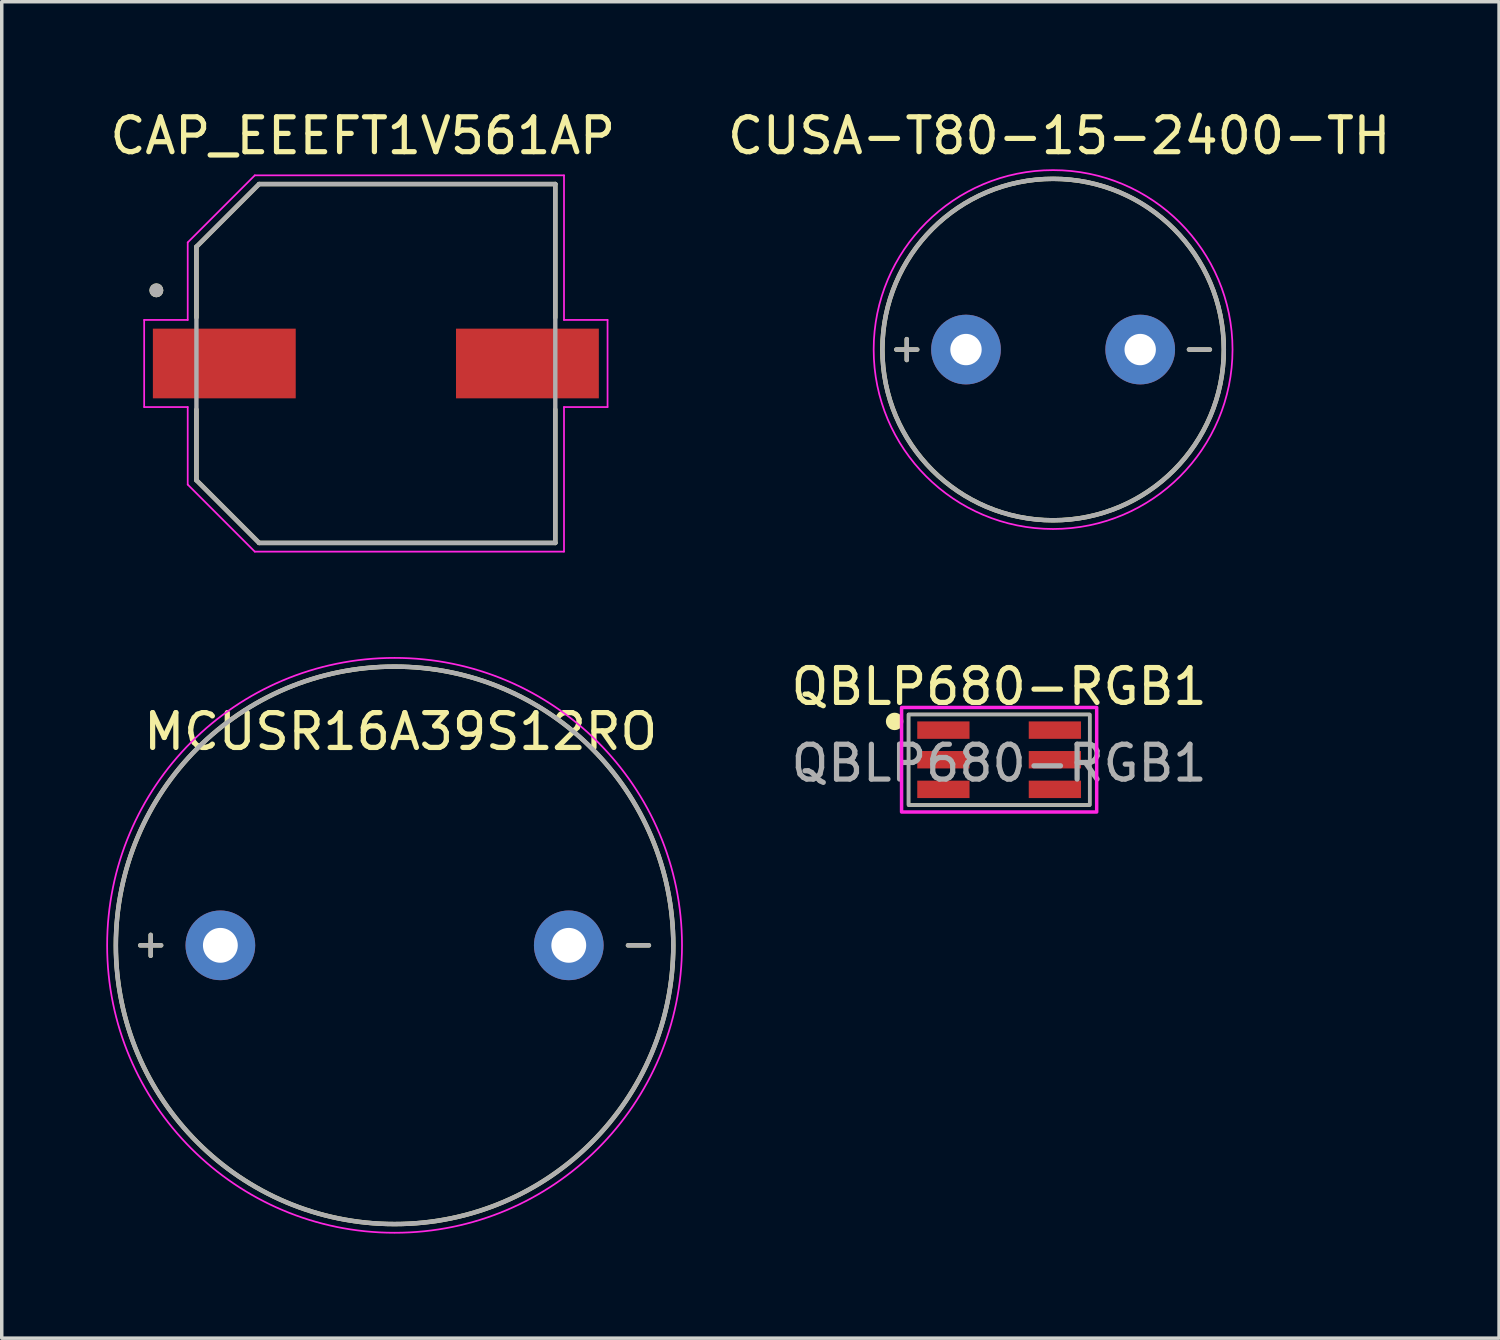
<source format=kicad_pcb>
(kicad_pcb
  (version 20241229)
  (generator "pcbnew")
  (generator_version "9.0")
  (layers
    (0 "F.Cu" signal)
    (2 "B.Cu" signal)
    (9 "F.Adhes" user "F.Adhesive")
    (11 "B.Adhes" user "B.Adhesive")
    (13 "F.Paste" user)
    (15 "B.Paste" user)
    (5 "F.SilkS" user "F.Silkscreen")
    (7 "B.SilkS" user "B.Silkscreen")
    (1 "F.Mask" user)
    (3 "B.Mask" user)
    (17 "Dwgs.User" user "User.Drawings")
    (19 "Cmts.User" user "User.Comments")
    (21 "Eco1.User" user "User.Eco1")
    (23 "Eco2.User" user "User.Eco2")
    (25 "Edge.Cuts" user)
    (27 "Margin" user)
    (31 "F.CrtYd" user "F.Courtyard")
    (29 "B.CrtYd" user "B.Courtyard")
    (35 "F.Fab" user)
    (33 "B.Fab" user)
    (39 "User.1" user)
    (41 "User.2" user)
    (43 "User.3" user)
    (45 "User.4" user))
  (footprint "CUSA-T80-15-2400-TH"
    (layer "F.Cu")
    (at 27.176 6.983)
    (property "Reference" "CUSA-T80-15-2400-TH" (at 0.175 -6.135 0) (layer "F.SilkS") (effects (font (size 1 1) (thickness 0.15))))
    (attr through_hole)
    (fp_line (start -4.5 0) (end -3.9 0) (stroke (width 0.127) (type solid)) (layer "F.SilkS"))
    (fp_line (start -4.2 -0.3) (end -4.2 0.3) (stroke (width 0.127) (type solid)) (layer "F.SilkS"))
    (fp_line (start 3.9 0) (end 4.5 0) (stroke (width 0.127) (type solid)) (layer "F.SilkS"))
    (fp_circle (center 0 0) (end 4.9 0) (stroke (width 0.127) (type solid)) (fill no) (layer "F.SilkS"))
    (fp_circle (center 0 0) (end 5.15 0) (stroke (width 0.05) (type solid)) (fill no) (layer "F.CrtYd"))
    (fp_line (start -4.5 0) (end -3.9 0) (stroke (width 0.127) (type solid)) (layer "F.Fab"))
    (fp_line (start -4.2 -0.3) (end -4.2 0.3) (stroke (width 0.127) (type solid)) (layer "F.Fab"))
    (fp_line (start 3.9 0) (end 4.5 0) (stroke (width 0.127) (type solid)) (layer "F.Fab"))
    (fp_circle (center 0 0) (end 4.9 0) (stroke (width 0.127) (type solid)) (fill no) (layer "F.Fab"))
    (pad "1" thru_hole circle (at -2.5 0) (size 2 2) (drill 0.9) (layers "*.Cu" "*.Mask"))
    (pad "2" thru_hole circle (at 2.5 0) (size 2 2) (drill 0.9) (layers "*.Cu" "*.Mask")))
  (footprint "MCUSR16A39S12RO"
    (layer "F.Cu")
    (at 8.275 24.083)
    (property "Reference" "MCUSR16A39S12RO" (at 0.175 -6.135 0) (layer "F.SilkS") (effects (font (size 1 1) (thickness 0.15))))
    (attr through_hole)
    (fp_line (start -7.3 0) (end -6.7 0) (stroke (width 0.127) (type solid)) (layer "F.SilkS"))
    (fp_line (start -7 -0.3) (end -7 0.3) (stroke (width 0.127) (type solid)) (layer "F.SilkS"))
    (fp_line (start 6.7 0) (end 7.3 0) (stroke (width 0.127) (type solid)) (layer "F.SilkS"))
    (fp_circle (center 0 0) (end 8 0) (stroke (width 0.127) (type solid)) (fill no) (layer "F.SilkS"))
    (fp_circle (center 0 0) (end 8.25 0) (stroke (width 0.05) (type solid)) (fill no) (layer "F.CrtYd"))
    (fp_line (start -7.3 0) (end -6.7 0) (stroke (width 0.127) (type solid)) (layer "F.Fab"))
    (fp_line (start -7 -0.3) (end -7 0.3) (stroke (width 0.127) (type solid)) (layer "F.Fab"))
    (fp_line (start 6.7 0) (end 7.3 0) (stroke (width 0.127) (type solid)) (layer "F.Fab"))
    (fp_circle (center 0 0) (end 8 0) (stroke (width 0.127) (type solid)) (fill no) (layer "F.Fab"))
    (pad "1" thru_hole circle (at -5 0) (size 2 2) (drill 1) (layers "*.Cu" "*.Mask"))
    (pad "2" thru_hole circle (at 5 0) (size 2 2) (drill 1) (layers "*.Cu" "*.Mask")))
  (footprint "QBLP680-RGB1"
    (layer "F.Cu")
    (at 25.627 18.756)
    (property "Reference" "QBLP680-RGB1" (at 0 -2.1 0) (unlocked yes) (layer "F.SilkS") (effects (font (size 1 1) (thickness 0.15))))
    (attr smd)
    (fp_rect (start -2.6 -1.3) (end 2.6 1.3) (stroke (width 0.1) (type default)) (fill no) (layer "F.SilkS"))
    (fp_circle (center -3 -1.1) (end -2.8 -1.1) (stroke (width 0.1) (type solid)) (fill yes) (layer "F.SilkS"))
    (fp_rect (start -2.8 -1.5) (end 2.8 1.5) (stroke (width 0.1) (type solid)) (fill no) (layer "F.CrtYd"))
    (fp_rect (start -2.6 -1.3) (end 2.6 1.3) (stroke (width 0.1) (type default)) (fill no) (layer "F.Fab"))
    (fp_text user "${REFERENCE}" (at 0 0.1 0) (unlocked yes) (layer "F.Fab") (effects (font (size 1 1) (thickness 0.15))))
    (pad "1" smd rect (at -1.6 -0.85) (size 1.5 0.5) (layers "F.Cu" "F.Mask" "F.Paste"))
    (pad "2" smd rect (at -1.6 0) (size 1.5 0.5) (layers "F.Cu" "F.Mask" "F.Paste"))
    (pad "3" smd rect (at -1.6 0.85) (size 1.5 0.5) (layers "F.Cu" "F.Mask" "F.Paste"))
    (pad "4" smd rect (at 1.6 0.85) (size 1.5 0.5) (layers "F.Cu" "F.Mask" "F.Paste"))
    (pad "5" smd rect (at 1.6 0) (size 1.5 0.5) (layers "F.Cu" "F.Mask" "F.Paste"))
    (pad "6" smd rect (at 1.6 -0.85) (size 1.5 0.5) (layers "F.Cu" "F.Mask" "F.Paste")))
  (footprint "CAP_EEEFT1V561AP"
    (layer "F.Cu")
    (at 7.738 7.383)
    (property "Reference" "CAP_EEEFT1V561AP" (at -0.375 -6.535 0) (layer "F.SilkS") (effects (font (size 1 1) (thickness 0.15))))
    (attr smd)
    (fp_line (start -5.15 -3.35) (end -5.15 -1.32) (stroke (width 0.127) (type solid)) (layer "F.SilkS"))
    (fp_line (start -5.15 1.32) (end -5.15 3.35) (stroke (width 0.127) (type solid)) (layer "F.SilkS"))
    (fp_line (start -5.15 3.35) (end -3.35 5.15) (stroke (width 0.127) (type solid)) (layer "F.SilkS"))
    (fp_line (start -3.35 -5.15) (end -5.15 -3.35) (stroke (width 0.127) (type solid)) (layer "F.SilkS"))
    (fp_line (start -3.35 5.15) (end 5.15 5.15) (stroke (width 0.127) (type solid)) (layer "F.SilkS"))
    (fp_line (start 5.15 -5.15) (end -3.35 -5.15) (stroke (width 0.127) (type solid)) (layer "F.SilkS"))
    (fp_line (start 5.15 -1.32) (end 5.15 -5.15) (stroke (width 0.127) (type solid)) (layer "F.SilkS"))
    (fp_line (start 5.15 5.15) (end 5.15 1.32) (stroke (width 0.127) (type solid)) (layer "F.SilkS"))
    (fp_circle (center -6.3 -2.1) (end -6.2 -2.1) (stroke (width 0.2) (type solid)) (fill no) (layer "F.SilkS"))
    (fp_line (start -6.65 -1.25) (end -5.4 -1.25) (stroke (width 0.05) (type solid)) (layer "F.CrtYd"))
    (fp_line (start -6.65 1.25) (end -6.65 -1.25) (stroke (width 0.05) (type solid)) (layer "F.CrtYd"))
    (fp_line (start -5.4 -3.475) (end -3.475 -5.4) (stroke (width 0.05) (type solid)) (layer "F.CrtYd"))
    (fp_line (start -5.4 -1.25) (end -5.4 -3.475) (stroke (width 0.05) (type solid)) (layer "F.CrtYd"))
    (fp_line (start -5.4 1.25) (end -6.65 1.25) (stroke (width 0.05) (type solid)) (layer "F.CrtYd"))
    (fp_line (start -5.4 3.475) (end -5.4 1.25) (stroke (width 0.05) (type solid)) (layer "F.CrtYd"))
    (fp_line (start -3.475 -5.4) (end 5.4 -5.4) (stroke (width 0.05) (type solid)) (layer "F.CrtYd"))
    (fp_line (start -3.475 5.4) (end -5.4 3.475) (stroke (width 0.05) (type solid)) (layer "F.CrtYd"))
    (fp_line (start 5.4 -5.4) (end 5.4 -1.25) (stroke (width 0.05) (type solid)) (layer "F.CrtYd"))
    (fp_line (start 5.4 -1.25) (end 6.65 -1.25) (stroke (width 0.05) (type solid)) (layer "F.CrtYd"))
    (fp_line (start 5.4 1.25) (end 5.4 5.4) (stroke (width 0.05) (type solid)) (layer "F.CrtYd"))
    (fp_line (start 5.4 5.4) (end -3.475 5.4) (stroke (width 0.05) (type solid)) (layer "F.CrtYd"))
    (fp_line (start 6.65 -1.25) (end 6.65 1.25) (stroke (width 0.05) (type solid)) (layer "F.CrtYd"))
    (fp_line (start 6.65 1.25) (end 5.4 1.25) (stroke (width 0.05) (type solid)) (layer "F.CrtYd"))
    (fp_line (start -5.15 -3.35) (end -5.15 3.35) (stroke (width 0.127) (type solid)) (layer "F.Fab"))
    (fp_line (start -5.15 3.35) (end -3.35 5.15) (stroke (width 0.127) (type solid)) (layer "F.Fab"))
    (fp_line (start -3.35 -5.15) (end -5.15 -3.35) (stroke (width 0.127) (type solid)) (layer "F.Fab"))
    (fp_line (start -3.35 5.15) (end 5.15 5.15) (stroke (width 0.127) (type solid)) (layer "F.Fab"))
    (fp_line (start 5.15 -5.15) (end -3.35 -5.15) (stroke (width 0.127) (type solid)) (layer "F.Fab"))
    (fp_line (start 5.15 5.15) (end 5.15 -5.15) (stroke (width 0.127) (type solid)) (layer "F.Fab"))
    (fp_circle (center -6.3 -2.1) (end -6.2 -2.1) (stroke (width 0.2) (type solid)) (fill no) (layer "F.Fab"))
    (pad "1" smd rect (at -4.35 0) (size 4.1 2) (layers "F.Cu" "F.Mask" "F.Paste"))
    (pad "2" smd rect (at 4.35 0) (size 4.1 2) (layers "F.Cu" "F.Mask" "F.Paste")))
  (gr_rect
    (start -3 -3)
    (end 39.976 35.358)
    (stroke (width 0.1) (type default))
    (fill no)
    (layer "Edge.Cuts")))
</source>
